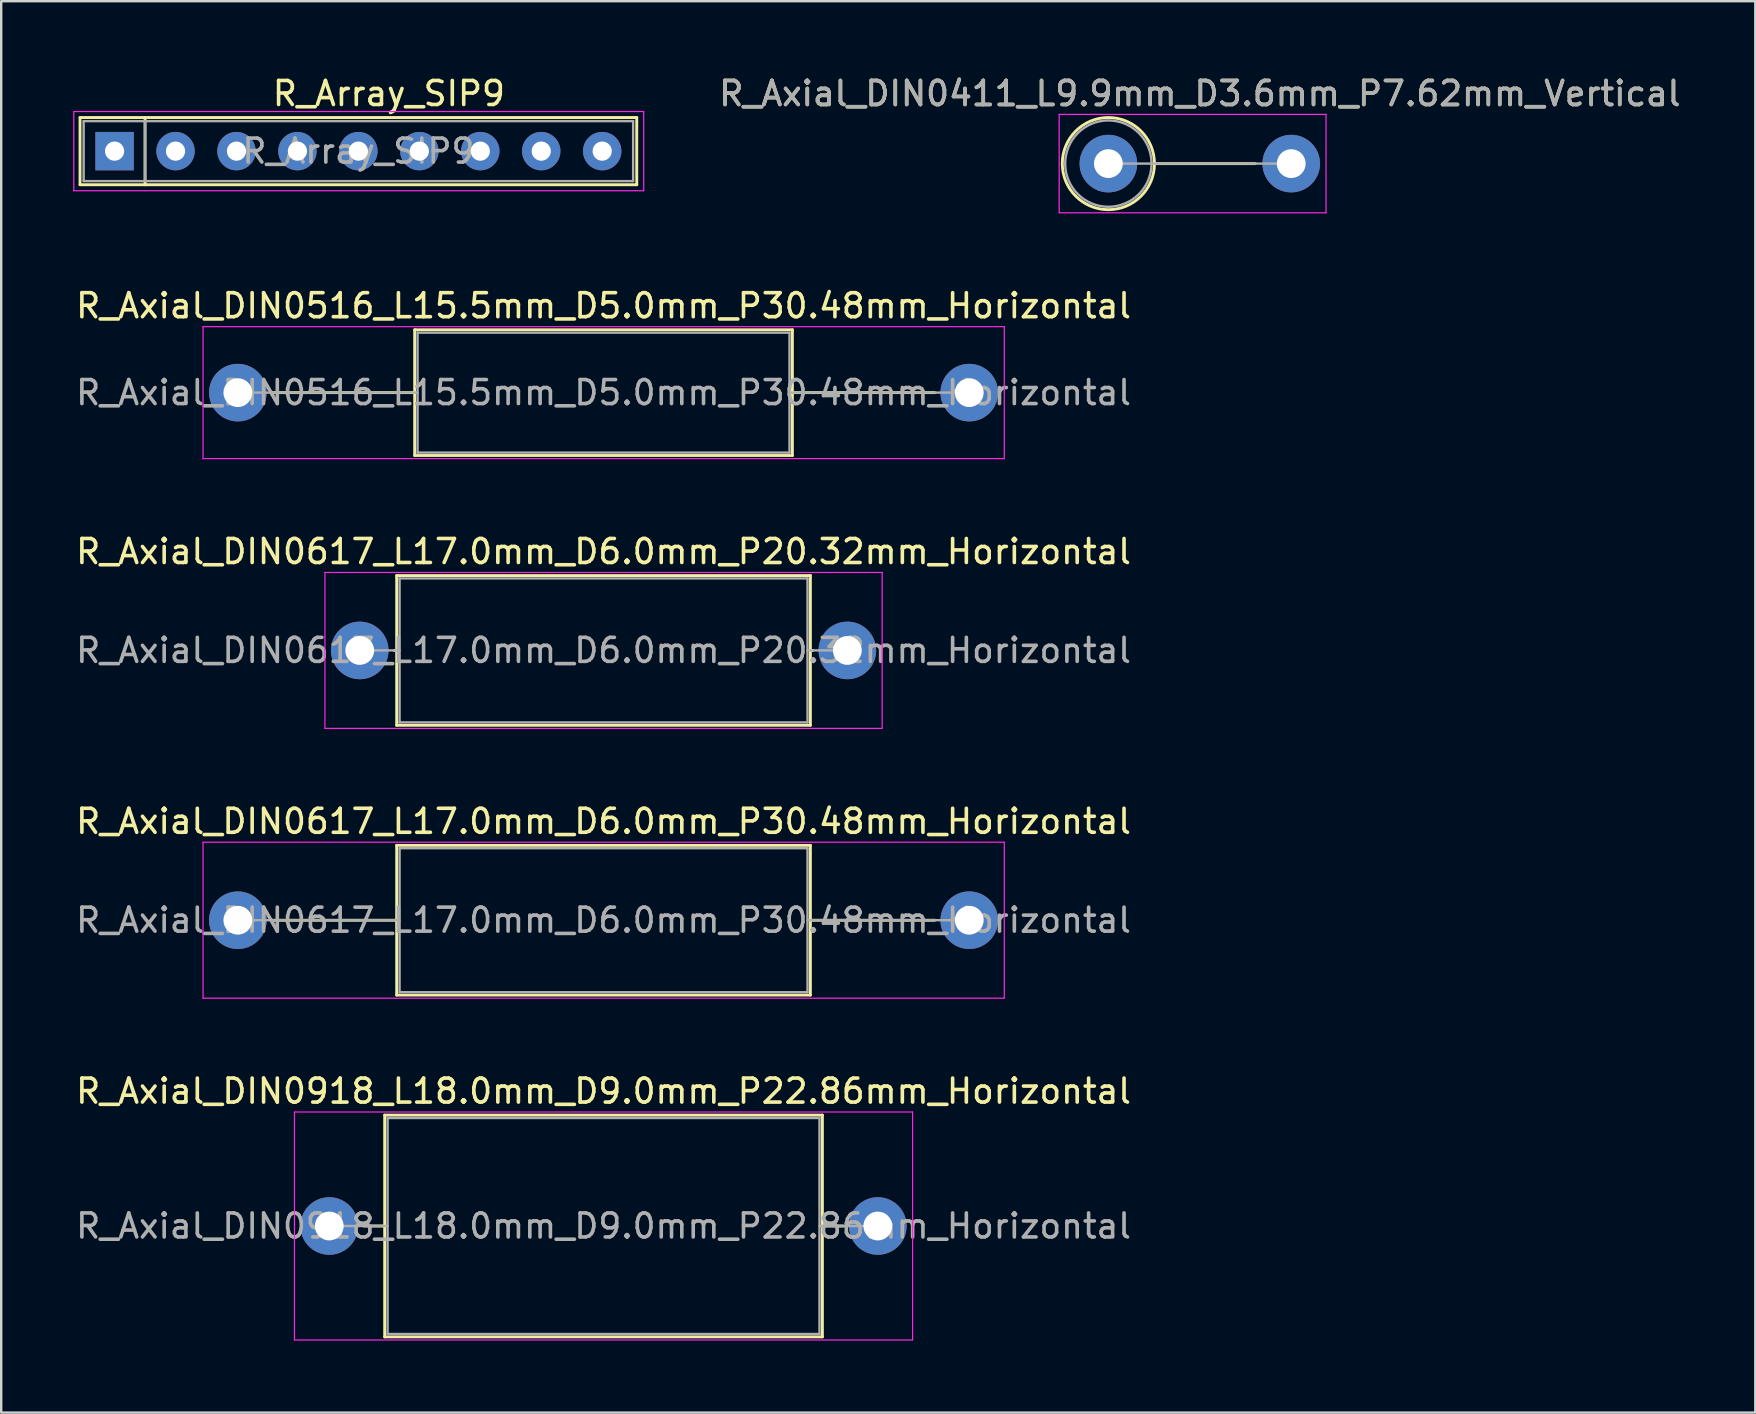
<source format=kicad_pcb>
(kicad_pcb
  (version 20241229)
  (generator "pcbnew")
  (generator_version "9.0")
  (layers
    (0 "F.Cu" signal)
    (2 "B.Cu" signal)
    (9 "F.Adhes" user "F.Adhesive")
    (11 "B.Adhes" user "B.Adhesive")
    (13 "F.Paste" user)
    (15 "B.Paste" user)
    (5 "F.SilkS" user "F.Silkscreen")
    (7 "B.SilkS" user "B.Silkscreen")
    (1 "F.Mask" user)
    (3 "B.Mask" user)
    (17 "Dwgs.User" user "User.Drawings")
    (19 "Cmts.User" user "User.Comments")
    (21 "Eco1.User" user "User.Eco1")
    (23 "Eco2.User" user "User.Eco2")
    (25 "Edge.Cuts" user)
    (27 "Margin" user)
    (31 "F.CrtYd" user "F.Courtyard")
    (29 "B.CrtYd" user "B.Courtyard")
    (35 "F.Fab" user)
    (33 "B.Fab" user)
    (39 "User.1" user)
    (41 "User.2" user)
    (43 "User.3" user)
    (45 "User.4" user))
  (footprint "R_Array_SIP9"
    (layer "F.Cu")
    (at 1.725 3.248)
    (property "Reference" "R_Array_SIP9" (at 11.43 -2.4 0) (layer "F.SilkS") (effects (font (size 1 1) (thickness 0.15))))
    (attr through_hole)
    (fp_line (start -1.44 -1.4) (end -1.44 1.4) (stroke (width 0.12) (type solid)) (layer "F.SilkS"))
    (fp_line (start -1.44 1.4) (end 21.76 1.4) (stroke (width 0.12) (type solid)) (layer "F.SilkS"))
    (fp_line (start 1.27 -1.4) (end 1.27 1.4) (stroke (width 0.12) (type solid)) (layer "F.SilkS"))
    (fp_line (start 21.76 -1.4) (end -1.44 -1.4) (stroke (width 0.12) (type solid)) (layer "F.SilkS"))
    (fp_line (start 21.76 1.4) (end 21.76 -1.4) (stroke (width 0.12) (type solid)) (layer "F.SilkS"))
    (fp_line (start -1.7 -1.65) (end -1.7 1.65) (stroke (width 0.05) (type solid)) (layer "F.CrtYd"))
    (fp_line (start -1.7 1.65) (end 22.05 1.65) (stroke (width 0.05) (type solid)) (layer "F.CrtYd"))
    (fp_line (start 22.05 -1.65) (end -1.7 -1.65) (stroke (width 0.05) (type solid)) (layer "F.CrtYd"))
    (fp_line (start 22.05 1.65) (end 22.05 -1.65) (stroke (width 0.05) (type solid)) (layer "F.CrtYd"))
    (fp_line (start -1.29 -1.25) (end -1.29 1.25) (stroke (width 0.1) (type solid)) (layer "F.Fab"))
    (fp_line (start -1.29 1.25) (end 21.61 1.25) (stroke (width 0.1) (type solid)) (layer "F.Fab"))
    (fp_line (start 1.27 -1.25) (end 1.27 1.25) (stroke (width 0.1) (type solid)) (layer "F.Fab"))
    (fp_line (start 21.61 -1.25) (end -1.29 -1.25) (stroke (width 0.1) (type solid)) (layer "F.Fab"))
    (fp_line (start 21.61 1.25) (end 21.61 -1.25) (stroke (width 0.1) (type solid)) (layer "F.Fab"))
    (fp_text user "${REFERENCE}" (at 10.16 0 0) (layer "F.Fab") (effects (font (size 1 1) (thickness 0.15))))
    (pad "1" thru_hole rect (at 0 0) (size 1.6 1.6) (drill 0.8) (layers "*.Cu" "*.Mask"))
    (pad "2" thru_hole oval (at 2.54 0) (size 1.6 1.6) (drill 0.8) (layers "*.Cu" "*.Mask"))
    (pad "3" thru_hole oval (at 5.08 0) (size 1.6 1.6) (drill 0.8) (layers "*.Cu" "*.Mask"))
    (pad "4" thru_hole oval (at 7.62 0) (size 1.6 1.6) (drill 0.8) (layers "*.Cu" "*.Mask"))
    (pad "5" thru_hole oval (at 10.16 0) (size 1.6 1.6) (drill 0.8) (layers "*.Cu" "*.Mask"))
    (pad "6" thru_hole oval (at 12.7 0) (size 1.6 1.6) (drill 0.8) (layers "*.Cu" "*.Mask"))
    (pad "7" thru_hole oval (at 15.24 0) (size 1.6 1.6) (drill 0.8) (layers "*.Cu" "*.Mask"))
    (pad "8" thru_hole oval (at 17.78 0) (size 1.6 1.6) (drill 0.8) (layers "*.Cu" "*.Mask"))
    (pad "9" thru_hole oval (at 20.32 0) (size 1.6 1.6) (drill 0.8) (layers "*.Cu" "*.Mask")))
  (footprint "R_Axial_DIN0516_L15.5mm_D5.0mm_P30.48mm_Horizontal"
    (layer "F.Cu")
    (at 6.861 13.312)
    (property "Reference" "R_Axial_DIN0516_L15.5mm_D5.0mm_P30.48mm_Horizontal" (at 15.24 -3.62 0) (layer "F.SilkS") (effects (font (size 1 1) (thickness 0.15))))
    (attr through_hole)
    (fp_line (start 1.44 0) (end 7.37 0) (stroke (width 0.12) (type solid)) (layer "F.SilkS"))
    (fp_line (start 7.37 -2.62) (end 7.37 2.62) (stroke (width 0.12) (type solid)) (layer "F.SilkS"))
    (fp_line (start 7.37 2.62) (end 23.11 2.62) (stroke (width 0.12) (type solid)) (layer "F.SilkS"))
    (fp_line (start 23.11 -2.62) (end 7.37 -2.62) (stroke (width 0.12) (type solid)) (layer "F.SilkS"))
    (fp_line (start 23.11 2.62) (end 23.11 -2.62) (stroke (width 0.12) (type solid)) (layer "F.SilkS"))
    (fp_line (start 29.04 0) (end 23.11 0) (stroke (width 0.12) (type solid)) (layer "F.SilkS"))
    (fp_line (start -1.45 -2.75) (end -1.45 2.75) (stroke (width 0.05) (type solid)) (layer "F.CrtYd"))
    (fp_line (start -1.45 2.75) (end 31.94 2.75) (stroke (width 0.05) (type solid)) (layer "F.CrtYd"))
    (fp_line (start 31.94 -2.75) (end -1.45 -2.75) (stroke (width 0.05) (type solid)) (layer "F.CrtYd"))
    (fp_line (start 31.94 2.75) (end 31.94 -2.75) (stroke (width 0.05) (type solid)) (layer "F.CrtYd"))
    (fp_line (start 0 0) (end 7.49 0) (stroke (width 0.1) (type solid)) (layer "F.Fab"))
    (fp_line (start 7.49 -2.5) (end 7.49 2.5) (stroke (width 0.1) (type solid)) (layer "F.Fab"))
    (fp_line (start 7.49 2.5) (end 22.99 2.5) (stroke (width 0.1) (type solid)) (layer "F.Fab"))
    (fp_line (start 22.99 -2.5) (end 7.49 -2.5) (stroke (width 0.1) (type solid)) (layer "F.Fab"))
    (fp_line (start 22.99 2.5) (end 22.99 -2.5) (stroke (width 0.1) (type solid)) (layer "F.Fab"))
    (fp_line (start 30.48 0) (end 22.99 0) (stroke (width 0.1) (type solid)) (layer "F.Fab"))
    (fp_text user "${REFERENCE}" (at 15.24 0 0) (layer "F.Fab") (effects (font (size 1 1) (thickness 0.15))))
    (pad "1" thru_hole circle (at 0 0) (size 2.4 2.4) (drill 1.2) (layers "*.Cu" "*.Mask"))
    (pad "2" thru_hole oval (at 30.48 0) (size 2.4 2.4) (drill 1.2) (layers "*.Cu" "*.Mask")))
  (footprint "R_Axial_DIN0918_L18.0mm_D9.0mm_P22.86mm_Horizontal"
    (layer "F.Cu")
    (at 10.671 48.041)
    (property "Reference" "R_Axial_DIN0918_L18.0mm_D9.0mm_P22.86mm_Horizontal" (at 11.43 -5.62 0) (layer "F.SilkS") (effects (font (size 1 1) (thickness 0.15))))
    (attr through_hole)
    (fp_line (start 1.44 0) (end 2.31 0) (stroke (width 0.12) (type solid)) (layer "F.SilkS"))
    (fp_line (start 2.31 -4.62) (end 2.31 4.62) (stroke (width 0.12) (type solid)) (layer "F.SilkS"))
    (fp_line (start 2.31 4.62) (end 20.55 4.62) (stroke (width 0.12) (type solid)) (layer "F.SilkS"))
    (fp_line (start 20.55 -4.62) (end 2.31 -4.62) (stroke (width 0.12) (type solid)) (layer "F.SilkS"))
    (fp_line (start 20.55 4.62) (end 20.55 -4.62) (stroke (width 0.12) (type solid)) (layer "F.SilkS"))
    (fp_line (start 21.42 0) (end 20.55 0) (stroke (width 0.12) (type solid)) (layer "F.SilkS"))
    (fp_line (start -1.45 -4.75) (end -1.45 4.75) (stroke (width 0.05) (type solid)) (layer "F.CrtYd"))
    (fp_line (start -1.45 4.75) (end 24.31 4.75) (stroke (width 0.05) (type solid)) (layer "F.CrtYd"))
    (fp_line (start 24.31 -4.75) (end -1.45 -4.75) (stroke (width 0.05) (type solid)) (layer "F.CrtYd"))
    (fp_line (start 24.31 4.75) (end 24.31 -4.75) (stroke (width 0.05) (type solid)) (layer "F.CrtYd"))
    (fp_line (start 0 0) (end 2.43 0) (stroke (width 0.1) (type solid)) (layer "F.Fab"))
    (fp_line (start 2.43 -4.5) (end 2.43 4.5) (stroke (width 0.1) (type solid)) (layer "F.Fab"))
    (fp_line (start 2.43 4.5) (end 20.43 4.5) (stroke (width 0.1) (type solid)) (layer "F.Fab"))
    (fp_line (start 20.43 -4.5) (end 2.43 -4.5) (stroke (width 0.1) (type solid)) (layer "F.Fab"))
    (fp_line (start 20.43 4.5) (end 20.43 -4.5) (stroke (width 0.1) (type solid)) (layer "F.Fab"))
    (fp_line (start 22.86 0) (end 20.43 0) (stroke (width 0.1) (type solid)) (layer "F.Fab"))
    (fp_text user "${REFERENCE}" (at 11.43 0 0) (layer "F.Fab") (effects (font (size 1 1) (thickness 0.15))))
    (pad "1" thru_hole circle (at 0 0) (size 2.4 2.4) (drill 1.2) (layers "*.Cu" "*.Mask"))
    (pad "2" thru_hole oval (at 22.86 0) (size 2.4 2.4) (drill 1.2) (layers "*.Cu" "*.Mask")))
  (footprint "R_Axial_DIN0617_L17.0mm_D6.0mm_P30.48mm_Horizontal"
    (layer "F.Cu")
    (at 6.861 35.298)
    (property "Reference" "R_Axial_DIN0617_L17.0mm_D6.0mm_P30.48mm_Horizontal" (at 15.24 -4.12 0) (layer "F.SilkS") (effects (font (size 1 1) (thickness 0.15))))
    (attr through_hole)
    (fp_line (start 1.44 0) (end 6.62 0) (stroke (width 0.12) (type solid)) (layer "F.SilkS"))
    (fp_line (start 6.62 -3.12) (end 6.62 3.12) (stroke (width 0.12) (type solid)) (layer "F.SilkS"))
    (fp_line (start 6.62 3.12) (end 23.86 3.12) (stroke (width 0.12) (type solid)) (layer "F.SilkS"))
    (fp_line (start 23.86 -3.12) (end 6.62 -3.12) (stroke (width 0.12) (type solid)) (layer "F.SilkS"))
    (fp_line (start 23.86 3.12) (end 23.86 -3.12) (stroke (width 0.12) (type solid)) (layer "F.SilkS"))
    (fp_line (start 29.04 0) (end 23.86 0) (stroke (width 0.12) (type solid)) (layer "F.SilkS"))
    (fp_line (start -1.45 -3.25) (end -1.45 3.25) (stroke (width 0.05) (type solid)) (layer "F.CrtYd"))
    (fp_line (start -1.45 3.25) (end 31.94 3.25) (stroke (width 0.05) (type solid)) (layer "F.CrtYd"))
    (fp_line (start 31.94 -3.25) (end -1.45 -3.25) (stroke (width 0.05) (type solid)) (layer "F.CrtYd"))
    (fp_line (start 31.94 3.25) (end 31.94 -3.25) (stroke (width 0.05) (type solid)) (layer "F.CrtYd"))
    (fp_line (start 0 0) (end 6.74 0) (stroke (width 0.1) (type solid)) (layer "F.Fab"))
    (fp_line (start 6.74 -3) (end 6.74 3) (stroke (width 0.1) (type solid)) (layer "F.Fab"))
    (fp_line (start 6.74 3) (end 23.74 3) (stroke (width 0.1) (type solid)) (layer "F.Fab"))
    (fp_line (start 23.74 -3) (end 6.74 -3) (stroke (width 0.1) (type solid)) (layer "F.Fab"))
    (fp_line (start 23.74 3) (end 23.74 -3) (stroke (width 0.1) (type solid)) (layer "F.Fab"))
    (fp_line (start 30.48 0) (end 23.74 0) (stroke (width 0.1) (type solid)) (layer "F.Fab"))
    (fp_text user "${REFERENCE}" (at 15.24 0 0) (layer "F.Fab") (effects (font (size 1 1) (thickness 0.15))))
    (pad "1" thru_hole circle (at 0 0) (size 2.4 2.4) (drill 1.2) (layers "*.Cu" "*.Mask"))
    (pad "2" thru_hole oval (at 30.48 0) (size 2.4 2.4) (drill 1.2) (layers "*.Cu" "*.Mask")))
  (footprint "R_Axial_DIN0617_L17.0mm_D6.0mm_P20.32mm_Horizontal"
    (layer "F.Cu")
    (at 11.941 24.055)
    (property "Reference" "R_Axial_DIN0617_L17.0mm_D6.0mm_P20.32mm_Horizontal" (at 10.16 -4.12 0) (layer "F.SilkS") (effects (font (size 1 1) (thickness 0.15))))
    (attr through_hole)
    (fp_line (start 1.44 0) (end 1.54 0) (stroke (width 0.12) (type solid)) (layer "F.SilkS"))
    (fp_line (start 1.54 -3.12) (end 1.54 3.12) (stroke (width 0.12) (type solid)) (layer "F.SilkS"))
    (fp_line (start 1.54 3.12) (end 18.78 3.12) (stroke (width 0.12) (type solid)) (layer "F.SilkS"))
    (fp_line (start 18.78 -3.12) (end 1.54 -3.12) (stroke (width 0.12) (type solid)) (layer "F.SilkS"))
    (fp_line (start 18.78 3.12) (end 18.78 -3.12) (stroke (width 0.12) (type solid)) (layer "F.SilkS"))
    (fp_line (start 18.88 0) (end 18.78 0) (stroke (width 0.12) (type solid)) (layer "F.SilkS"))
    (fp_line (start -1.45 -3.25) (end -1.45 3.25) (stroke (width 0.05) (type solid)) (layer "F.CrtYd"))
    (fp_line (start -1.45 3.25) (end 21.77 3.25) (stroke (width 0.05) (type solid)) (layer "F.CrtYd"))
    (fp_line (start 21.77 -3.25) (end -1.45 -3.25) (stroke (width 0.05) (type solid)) (layer "F.CrtYd"))
    (fp_line (start 21.77 3.25) (end 21.77 -3.25) (stroke (width 0.05) (type solid)) (layer "F.CrtYd"))
    (fp_line (start 0 0) (end 1.66 0) (stroke (width 0.1) (type solid)) (layer "F.Fab"))
    (fp_line (start 1.66 -3) (end 1.66 3) (stroke (width 0.1) (type solid)) (layer "F.Fab"))
    (fp_line (start 1.66 3) (end 18.66 3) (stroke (width 0.1) (type solid)) (layer "F.Fab"))
    (fp_line (start 18.66 -3) (end 1.66 -3) (stroke (width 0.1) (type solid)) (layer "F.Fab"))
    (fp_line (start 18.66 3) (end 18.66 -3) (stroke (width 0.1) (type solid)) (layer "F.Fab"))
    (fp_line (start 20.32 0) (end 18.66 0) (stroke (width 0.1) (type solid)) (layer "F.Fab"))
    (fp_text user "${REFERENCE}" (at 10.16 0 0) (layer "F.Fab") (effects (font (size 1 1) (thickness 0.15))))
    (pad "1" thru_hole circle (at 0 0) (size 2.4 2.4) (drill 1.2) (layers "*.Cu" "*.Mask"))
    (pad "2" thru_hole oval (at 20.32 0) (size 2.4 2.4) (drill 1.2) (layers "*.Cu" "*.Mask")))
  (footprint "R_Axial_DIN0411_L9.9mm_D3.6mm_P7.62mm_Vertical"
    (layer "F.Cu")
    (at 43.139 3.768)
    (property "Reference" "R_Axial_DIN0411_L9.9mm_D3.6mm_P7.62mm_Vertical" (at 3.81 -2.92 0) (layer "F.SilkS") (effects (font (size 1 1) (thickness 0.15))))
    (attr through_hole)
    (fp_line (start 1.92 0) (end 6.12 0) (stroke (width 0.12) (type solid)) (layer "F.SilkS"))
    (fp_circle (center 0 0) (end 1.92 0) (stroke (width 0.12) (type solid)) (fill no) (layer "F.SilkS"))
    (fp_line (start -2.05 -2.05) (end -2.05 2.05) (stroke (width 0.05) (type solid)) (layer "F.CrtYd"))
    (fp_line (start -2.05 2.05) (end 9.07 2.05) (stroke (width 0.05) (type solid)) (layer "F.CrtYd"))
    (fp_line (start 9.07 -2.05) (end -2.05 -2.05) (stroke (width 0.05) (type solid)) (layer "F.CrtYd"))
    (fp_line (start 9.07 2.05) (end 9.07 -2.05) (stroke (width 0.05) (type solid)) (layer "F.CrtYd"))
    (fp_line (start 0 0) (end 7.62 0) (stroke (width 0.1) (type solid)) (layer "F.Fab"))
    (fp_circle (center 0 0) (end 1.8 0) (stroke (width 0.1) (type solid)) (fill no) (layer "F.Fab"))
    (fp_text user "${REFERENCE}" (at 3.81 -2.92 0) (layer "F.Fab") (effects (font (size 1 1) (thickness 0.15))))
    (pad "1" thru_hole circle (at 0 0) (size 2.4 2.4) (drill 1.2) (layers "*.Cu" "*.Mask"))
    (pad "2" thru_hole oval (at 7.62 0) (size 2.4 2.4) (drill 1.2) (layers "*.Cu" "*.Mask")))
  (gr_rect
    (start -3 -3)
    (end 70.098 55.816)
    (stroke (width 0.1) (type default))
    (fill no)
    (layer "Edge.Cuts")))
</source>
